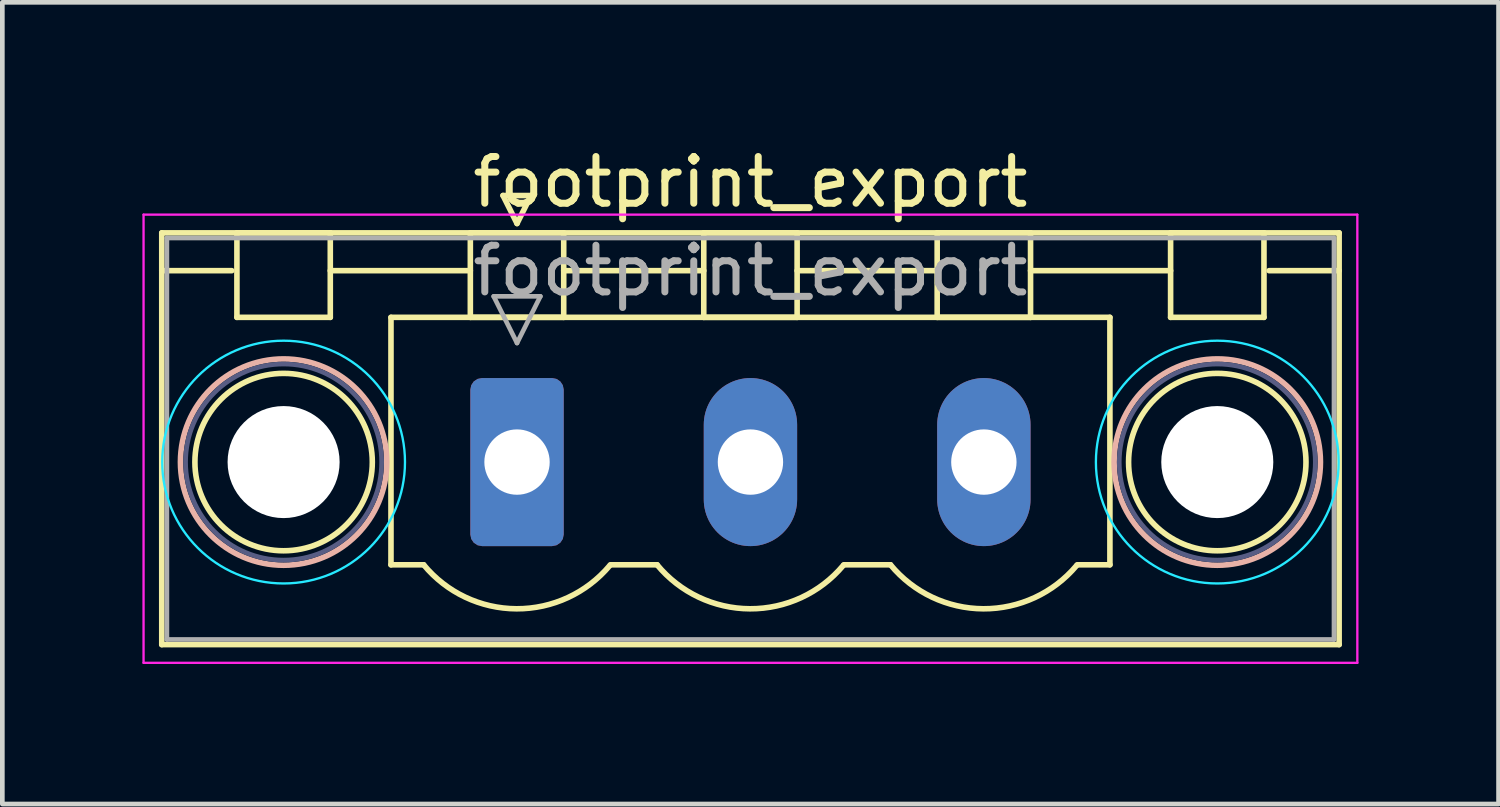
<source format=kicad_pcb>
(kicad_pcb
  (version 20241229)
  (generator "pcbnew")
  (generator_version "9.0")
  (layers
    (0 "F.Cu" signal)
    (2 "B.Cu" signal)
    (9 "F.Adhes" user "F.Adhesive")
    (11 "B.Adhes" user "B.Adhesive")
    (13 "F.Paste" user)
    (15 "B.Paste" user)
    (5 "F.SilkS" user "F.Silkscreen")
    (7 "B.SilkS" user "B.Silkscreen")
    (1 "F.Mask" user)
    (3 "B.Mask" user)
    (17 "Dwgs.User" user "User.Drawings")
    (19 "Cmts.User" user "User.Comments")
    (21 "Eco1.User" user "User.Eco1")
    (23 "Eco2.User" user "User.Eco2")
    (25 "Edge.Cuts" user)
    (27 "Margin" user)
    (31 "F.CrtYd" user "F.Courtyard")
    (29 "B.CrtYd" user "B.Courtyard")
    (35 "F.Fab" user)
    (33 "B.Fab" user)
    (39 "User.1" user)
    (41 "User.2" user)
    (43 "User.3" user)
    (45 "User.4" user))
  (footprint "footprint_export"
    (layer "F.Cu")
    (at 8.025 6.848)
    (property "Reference" "footprint_export" (at 5 -6 0) (layer "F.SilkS") (effects (font (size 1 1) (thickness 0.15))))
    (attr through_hole)
    (fp_line (start -7.61 -4.91) (end -7.61 3.91) (stroke (width 0.12) (type solid)) (layer "F.SilkS"))
    (fp_line (start -7.61 -4.1) (end -6.11 -4.1) (stroke (width 0.12) (type solid)) (layer "F.SilkS"))
    (fp_line (start -7.61 3.91) (end 17.61 3.91) (stroke (width 0.12) (type solid)) (layer "F.SilkS"))
    (fp_line (start -6 -4.91) (end -4 -4.91) (stroke (width 0.12) (type solid)) (layer "F.SilkS"))
    (fp_line (start -6 -3.1) (end -6 -4.91) (stroke (width 0.12) (type solid)) (layer "F.SilkS"))
    (fp_line (start -4 -4.91) (end -4 -3.1) (stroke (width 0.12) (type solid)) (layer "F.SilkS"))
    (fp_line (start -4 -4.1) (end -1 -4.1) (stroke (width 0.12) (type solid)) (layer "F.SilkS"))
    (fp_line (start -4 -3.1) (end -6 -3.1) (stroke (width 0.12) (type solid)) (layer "F.SilkS"))
    (fp_line (start -2.7 -3.1) (end 12.7 -3.1) (stroke (width 0.12) (type solid)) (layer "F.SilkS"))
    (fp_line (start -2.7 2.2) (end -2.7 -3.1) (stroke (width 0.12) (type solid)) (layer "F.SilkS"))
    (fp_line (start -2 2.2) (end -2.7 2.2) (stroke (width 0.12) (type solid)) (layer "F.SilkS"))
    (fp_line (start -1 -4.91) (end 1 -4.91) (stroke (width 0.12) (type solid)) (layer "F.SilkS"))
    (fp_line (start -1 -3.1) (end -1 -4.91) (stroke (width 0.12) (type solid)) (layer "F.SilkS"))
    (fp_line (start -0.3 -5.71) (end 0.3 -5.71) (stroke (width 0.12) (type solid)) (layer "F.SilkS"))
    (fp_line (start 0 -5.11) (end -0.3 -5.71) (stroke (width 0.12) (type solid)) (layer "F.SilkS"))
    (fp_line (start 0.3 -5.71) (end 0 -5.11) (stroke (width 0.12) (type solid)) (layer "F.SilkS"))
    (fp_line (start 1 -4.91) (end 1 -3.1) (stroke (width 0.12) (type solid)) (layer "F.SilkS"))
    (fp_line (start 1 -4.1) (end 4 -4.1) (stroke (width 0.12) (type solid)) (layer "F.SilkS"))
    (fp_line (start 1 -3.1) (end -1 -3.1) (stroke (width 0.12) (type solid)) (layer "F.SilkS"))
    (fp_line (start 2 2.2) (end 3 2.2) (stroke (width 0.12) (type solid)) (layer "F.SilkS"))
    (fp_line (start 4 -4.91) (end 6 -4.91) (stroke (width 0.12) (type solid)) (layer "F.SilkS"))
    (fp_line (start 4 -3.1) (end 4 -4.91) (stroke (width 0.12) (type solid)) (layer "F.SilkS"))
    (fp_line (start 6 -4.91) (end 6 -3.1) (stroke (width 0.12) (type solid)) (layer "F.SilkS"))
    (fp_line (start 6 -4.1) (end 9 -4.1) (stroke (width 0.12) (type solid)) (layer "F.SilkS"))
    (fp_line (start 6 -3.1) (end 4 -3.1) (stroke (width 0.12) (type solid)) (layer "F.SilkS"))
    (fp_line (start 7 2.2) (end 8 2.2) (stroke (width 0.12) (type solid)) (layer "F.SilkS"))
    (fp_line (start 9 -4.91) (end 11 -4.91) (stroke (width 0.12) (type solid)) (layer "F.SilkS"))
    (fp_line (start 9 -3.1) (end 9 -4.91) (stroke (width 0.12) (type solid)) (layer "F.SilkS"))
    (fp_line (start 11 -4.91) (end 11 -3.1) (stroke (width 0.12) (type solid)) (layer "F.SilkS"))
    (fp_line (start 11 -4.1) (end 14 -4.1) (stroke (width 0.12) (type solid)) (layer "F.SilkS"))
    (fp_line (start 11 -3.1) (end 9 -3.1) (stroke (width 0.12) (type solid)) (layer "F.SilkS"))
    (fp_line (start 12.7 -3.1) (end 12.7 2.2) (stroke (width 0.12) (type solid)) (layer "F.SilkS"))
    (fp_line (start 12.7 2.2) (end 12 2.2) (stroke (width 0.12) (type solid)) (layer "F.SilkS"))
    (fp_line (start 14 -4.91) (end 16 -4.91) (stroke (width 0.12) (type solid)) (layer "F.SilkS"))
    (fp_line (start 14 -3.1) (end 14 -4.91) (stroke (width 0.12) (type solid)) (layer "F.SilkS"))
    (fp_line (start 16 -4.91) (end 16 -3.1) (stroke (width 0.12) (type solid)) (layer "F.SilkS"))
    (fp_line (start 16 -3.1) (end 14 -3.1) (stroke (width 0.12) (type solid)) (layer "F.SilkS"))
    (fp_line (start 17.61 -4.91) (end -7.61 -4.91) (stroke (width 0.12) (type solid)) (layer "F.SilkS"))
    (fp_line (start 17.61 -4.1) (end 16.11 -4.1) (stroke (width 0.12) (type solid)) (layer "F.SilkS"))
    (fp_line (start 17.61 3.91) (end 17.61 -4.91) (stroke (width 0.12) (type solid)) (layer "F.SilkS"))
    (fp_arc (start 1.986842 2.215821) (mid -0.010289 3.142758) (end -2 2.2) (stroke (width 0.12) (type solid)) (layer "F.SilkS"))
    (fp_arc (start 6.986842 2.215821) (mid 4.989711 3.142758) (end 3 2.2) (stroke (width 0.12) (type solid)) (layer "F.SilkS"))
    (fp_arc (start 11.986842 2.215821) (mid 9.989711 3.142758) (end 8 2.2) (stroke (width 0.12) (type solid)) (layer "F.SilkS"))
    (fp_circle (center -5 0) (end -3.1 0) (stroke (width 0.12) (type solid)) (fill no) (layer "F.SilkS"))
    (fp_circle (center 15 0) (end 16.9 0) (stroke (width 0.12) (type solid)) (fill no) (layer "F.SilkS"))
    (fp_circle (center -5 0) (end -2.79 0) (stroke (width 0.12) (type solid)) (fill no) (layer "B.SilkS"))
    (fp_circle (center 15 0) (end 17.21 0) (stroke (width 0.12) (type solid)) (fill no) (layer "B.SilkS"))
    (fp_circle (center -5 0) (end -2.4 0) (stroke (width 0.05) (type solid)) (fill no) (layer "B.CrtYd"))
    (fp_circle (center 15 0) (end 17.6 0) (stroke (width 0.05) (type solid)) (fill no) (layer "B.CrtYd"))
    (fp_line (start -8 -5.3) (end -8 4.3) (stroke (width 0.05) (type solid)) (layer "F.CrtYd"))
    (fp_line (start -8 4.3) (end 18 4.3) (stroke (width 0.05) (type solid)) (layer "F.CrtYd"))
    (fp_line (start 18 -5.3) (end -8 -5.3) (stroke (width 0.05) (type solid)) (layer "F.CrtYd"))
    (fp_line (start 18 4.3) (end 18 -5.3) (stroke (width 0.05) (type solid)) (layer "F.CrtYd"))
    (fp_circle (center -5 0) (end -2.9 0) (stroke (width 0.1) (type solid)) (fill no) (layer "B.Fab"))
    (fp_circle (center 15 0) (end 17.1 0) (stroke (width 0.1) (type solid)) (fill no) (layer "B.Fab"))
    (fp_line (start -7.5 -4.8) (end -7.5 3.8) (stroke (width 0.1) (type solid)) (layer "F.Fab"))
    (fp_line (start -7.5 3.8) (end 17.5 3.8) (stroke (width 0.1) (type solid)) (layer "F.Fab"))
    (fp_line (start -0.5 -3.55) (end 0.5 -3.55) (stroke (width 0.1) (type solid)) (layer "F.Fab"))
    (fp_line (start 0 -2.55) (end -0.5 -3.55) (stroke (width 0.1) (type solid)) (layer "F.Fab"))
    (fp_line (start 0.5 -3.55) (end 0 -2.55) (stroke (width 0.1) (type solid)) (layer "F.Fab"))
    (fp_line (start 17.5 -4.8) (end -7.5 -4.8) (stroke (width 0.1) (type solid)) (layer "F.Fab"))
    (fp_line (start 17.5 3.8) (end 17.5 -4.8) (stroke (width 0.1) (type solid)) (layer "F.Fab"))
    (fp_text user "${REFERENCE}" (at 5 -4.1 0) (layer "F.Fab") (effects (font (size 1 1) (thickness 0.15))))
    (pad "" np_thru_hole circle (at -5 0) (size 2.4 2.4) (drill 2.4) (layers "*.Cu" "*.Mask"))
    (pad "" np_thru_hole circle (at 15 0) (size 2.4 2.4) (drill 2.4) (layers "*.Cu" "*.Mask"))
    (pad "1" thru_hole roundrect (at 0 0) (size 2 3.6) (drill 1.4) (layers "*.Cu" "*.Mask") (roundrect_rratio 0.125))
    (pad "2" thru_hole oval (at 5 0) (size 2 3.6) (drill 1.4) (layers "*.Cu" "*.Mask"))
    (pad "3" thru_hole oval (at 10 0) (size 2 3.6) (drill 1.4) (layers "*.Cu" "*.Mask")))
  (gr_rect
    (start -3 -3)
    (end 29.05 14.173)
    (stroke (width 0.1) (type default))
    (fill no)
    (layer "Edge.Cuts")))
</source>
